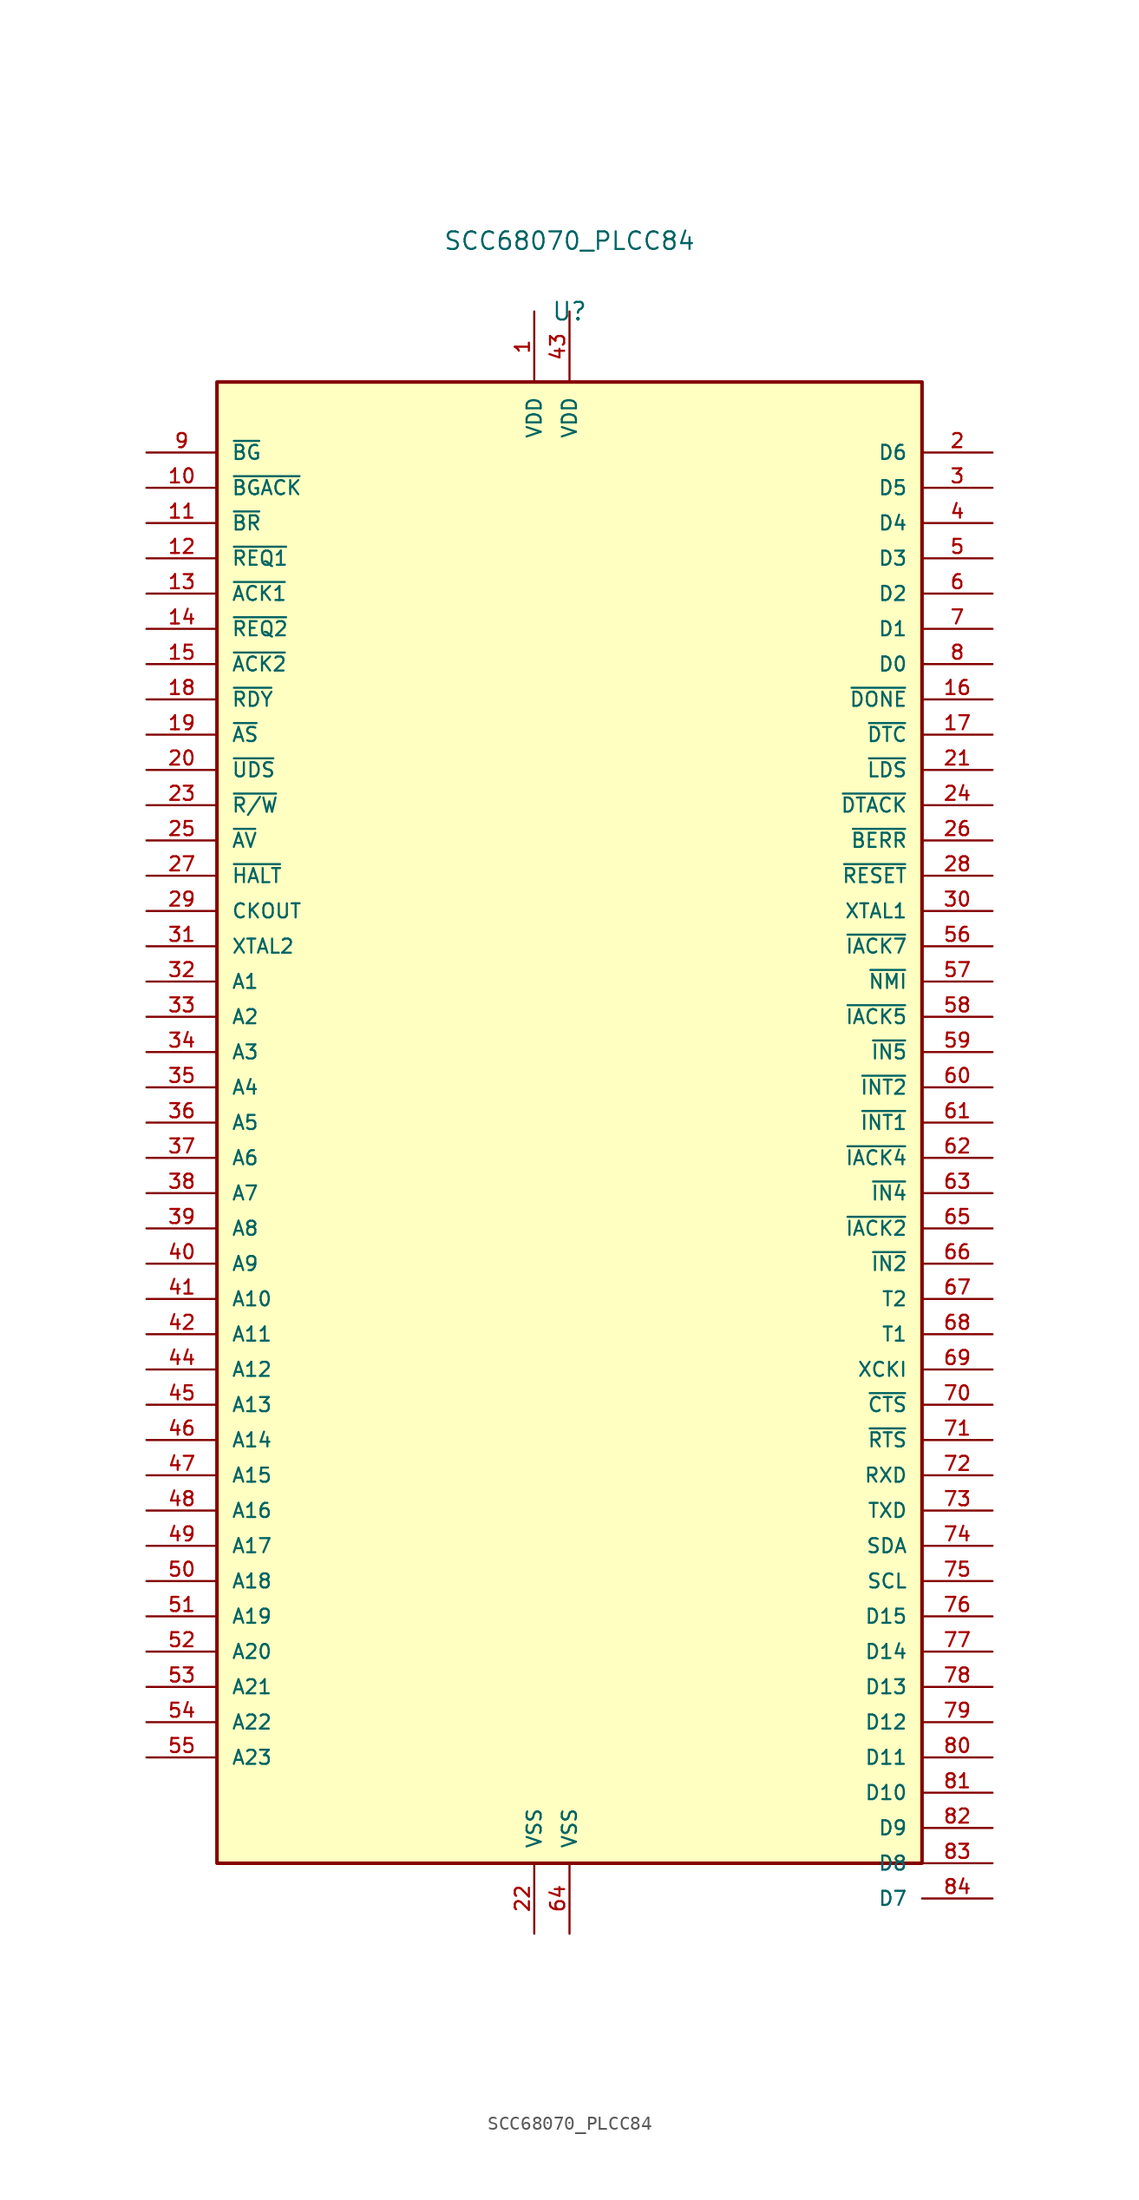
<source format=kicad_sym>
(kicad_symbol_lib
  (version 20211014)
  (generator kicad_symbol_generator)
  (symbol "SCC68070_PLCC84"
    (pin_names
      (offset 1.016))
    (property "Reference" "U"
      (at 0 58.42 0)
      (effects (font (size 1.27 1.27))))
    (property "Value" "SCC68070_PLCC84"
      (at 0 63.50 0)
      (effects (font (size 1.27 1.27))))
    (symbol "SCC68070_PLCC84_0_1"
      (rectangle (start -25.40 53.34) (end 25.40 -53.34) (stroke (width 0.254) (type default) (color 0 0 0 0)) (fill (type background))))
    (symbol "SCC68070_PLCC84_1_1"
      (pin output line (at -30.48 48.26 0) (length 5.08) (name "~{BG}" (effects (font (size 1.016 1.016)))) (number "9" (effects (font (size 1.016 1.016)))))
      (pin open_emitter line (at -30.48 45.72 0) (length 5.08) (name "~{BGACK}" (effects (font (size 1.016 1.016)))) (number "10" (effects (font (size 1.016 1.016)))))
      (pin input line (at -30.48 43.18 0) (length 5.08) (name "~{BR}" (effects (font (size 1.016 1.016)))) (number "11" (effects (font (size 1.016 1.016)))))
      (pin input line (at -30.48 40.64 0) (length 5.08) (name "~{REQ1}" (effects (font (size 1.016 1.016)))) (number "12" (effects (font (size 1.016 1.016)))))
      (pin output line (at -30.48 38.10 0) (length 5.08) (name "~{ACK1}" (effects (font (size 1.016 1.016)))) (number "13" (effects (font (size 1.016 1.016)))))
      (pin input line (at -30.48 35.56 0) (length 5.08) (name "~{REQ2}" (effects (font (size 1.016 1.016)))) (number "14" (effects (font (size 1.016 1.016)))))
      (pin output line (at -30.48 33.02 0) (length 5.08) (name "~{ACK2}" (effects (font (size 1.016 1.016)))) (number "15" (effects (font (size 1.016 1.016)))))
      (pin input line (at -30.48 30.48 0) (length 5.08) (name "~{RDY}" (effects (font (size 1.016 1.016)))) (number "18" (effects (font (size 1.016 1.016)))))
      (pin tri_state line (at -30.48 27.94 0) (length 5.08) (name "~{AS}" (effects (font (size 1.016 1.016)))) (number "19" (effects (font (size 1.016 1.016)))))
      (pin tri_state line (at -30.48 25.40 0) (length 5.08) (name "~{UDS}" (effects (font (size 1.016 1.016)))) (number "20" (effects (font (size 1.016 1.016)))))
      (pin tri_state line (at -30.48 22.86 0) (length 5.08) (name "~{R/W}" (effects (font (size 1.016 1.016)))) (number "23" (effects (font (size 1.016 1.016)))))
      (pin input line (at -30.48 20.32 0) (length 5.08) (name "~{AV}" (effects (font (size 1.016 1.016)))) (number "25" (effects (font (size 1.016 1.016)))))
      (pin open_emitter line (at -30.48 17.78 0) (length 5.08) (name "~{HALT}" (effects (font (size 1.016 1.016)))) (number "27" (effects (font (size 1.016 1.016)))))
      (pin output line (at -30.48 15.24 0) (length 5.08) (name "CKOUT" (effects (font (size 1.016 1.016)))) (number "29" (effects (font (size 1.016 1.016)))))
      (pin input line (at -30.48 12.70 0) (length 5.08) (name "XTAL2" (effects (font (size 1.016 1.016)))) (number "31" (effects (font (size 1.016 1.016)))))
      (pin tri_state line (at -30.48 10.16 0) (length 5.08) (name "A1" (effects (font (size 1.016 1.016)))) (number "32" (effects (font (size 1.016 1.016)))))
      (pin tri_state line (at -30.48 7.62 0) (length 5.08) (name "A2" (effects (font (size 1.016 1.016)))) (number "33" (effects (font (size 1.016 1.016)))))
      (pin tri_state line (at -30.48 5.08 0) (length 5.08) (name "A3" (effects (font (size 1.016 1.016)))) (number "34" (effects (font (size 1.016 1.016)))))
      (pin tri_state line (at -30.48 2.54 0) (length 5.08) (name "A4" (effects (font (size 1.016 1.016)))) (number "35" (effects (font (size 1.016 1.016)))))
      (pin tri_state line (at -30.48 0.00 0) (length 5.08) (name "A5" (effects (font (size 1.016 1.016)))) (number "36" (effects (font (size 1.016 1.016)))))
      (pin tri_state line (at -30.48 -2.54 0) (length 5.08) (name "A6" (effects (font (size 1.016 1.016)))) (number "37" (effects (font (size 1.016 1.016)))))
      (pin tri_state line (at -30.48 -5.08 0) (length 5.08) (name "A7" (effects (font (size 1.016 1.016)))) (number "38" (effects (font (size 1.016 1.016)))))
      (pin tri_state line (at -30.48 -7.62 0) (length 5.08) (name "A8" (effects (font (size 1.016 1.016)))) (number "39" (effects (font (size 1.016 1.016)))))
      (pin tri_state line (at -30.48 -10.16 0) (length 5.08) (name "A9" (effects (font (size 1.016 1.016)))) (number "40" (effects (font (size 1.016 1.016)))))
      (pin tri_state line (at -30.48 -12.70 0) (length 5.08) (name "A10" (effects (font (size 1.016 1.016)))) (number "41" (effects (font (size 1.016 1.016)))))
      (pin tri_state line (at -30.48 -15.24 0) (length 5.08) (name "A11" (effects (font (size 1.016 1.016)))) (number "42" (effects (font (size 1.016 1.016)))))
      (pin tri_state line (at -30.48 -17.78 0) (length 5.08) (name "A12" (effects (font (size 1.016 1.016)))) (number "44" (effects (font (size 1.016 1.016)))))
      (pin tri_state line (at -30.48 -20.32 0) (length 5.08) (name "A13" (effects (font (size 1.016 1.016)))) (number "45" (effects (font (size 1.016 1.016)))))
      (pin tri_state line (at -30.48 -22.86 0) (length 5.08) (name "A14" (effects (font (size 1.016 1.016)))) (number "46" (effects (font (size 1.016 1.016)))))
      (pin tri_state line (at -30.48 -25.40 0) (length 5.08) (name "A15" (effects (font (size 1.016 1.016)))) (number "47" (effects (font (size 1.016 1.016)))))
      (pin tri_state line (at -30.48 -27.94 0) (length 5.08) (name "A16" (effects (font (size 1.016 1.016)))) (number "48" (effects (font (size 1.016 1.016)))))
      (pin tri_state line (at -30.48 -30.48 0) (length 5.08) (name "A17" (effects (font (size 1.016 1.016)))) (number "49" (effects (font (size 1.016 1.016)))))
      (pin tri_state line (at -30.48 -33.02 0) (length 5.08) (name "A18" (effects (font (size 1.016 1.016)))) (number "50" (effects (font (size 1.016 1.016)))))
      (pin tri_state line (at -30.48 -35.56 0) (length 5.08) (name "A19" (effects (font (size 1.016 1.016)))) (number "51" (effects (font (size 1.016 1.016)))))
      (pin tri_state line (at -30.48 -38.10 0) (length 5.08) (name "A20" (effects (font (size 1.016 1.016)))) (number "52" (effects (font (size 1.016 1.016)))))
      (pin tri_state line (at -30.48 -40.64 0) (length 5.08) (name "A21" (effects (font (size 1.016 1.016)))) (number "53" (effects (font (size 1.016 1.016)))))
      (pin tri_state line (at -30.48 -43.18 0) (length 5.08) (name "A22" (effects (font (size 1.016 1.016)))) (number "54" (effects (font (size 1.016 1.016)))))
      (pin tri_state line (at -30.48 -45.72 0) (length 5.08) (name "A23" (effects (font (size 1.016 1.016)))) (number "55" (effects (font (size 1.016 1.016)))))
      (pin bidirectional line (at 30.48 48.26 180) (length 5.08) (name "D6" (effects (font (size 1.016 1.016)))) (number "2" (effects (font (size 1.016 1.016)))))
      (pin bidirectional line (at 30.48 45.72 180) (length 5.08) (name "D5" (effects (font (size 1.016 1.016)))) (number "3" (effects (font (size 1.016 1.016)))))
      (pin bidirectional line (at 30.48 43.18 180) (length 5.08) (name "D4" (effects (font (size 1.016 1.016)))) (number "4" (effects (font (size 1.016 1.016)))))
      (pin bidirectional line (at 30.48 40.64 180) (length 5.08) (name "D3" (effects (font (size 1.016 1.016)))) (number "5" (effects (font (size 1.016 1.016)))))
      (pin bidirectional line (at 30.48 38.10 180) (length 5.08) (name "D2" (effects (font (size 1.016 1.016)))) (number "6" (effects (font (size 1.016 1.016)))))
      (pin bidirectional line (at 30.48 35.56 180) (length 5.08) (name "D1" (effects (font (size 1.016 1.016)))) (number "7" (effects (font (size 1.016 1.016)))))
      (pin bidirectional line (at 30.48 33.02 180) (length 5.08) (name "D0" (effects (font (size 1.016 1.016)))) (number "8" (effects (font (size 1.016 1.016)))))
      (pin open_emitter line (at 30.48 30.48 180) (length 5.08) (name "~{DONE}" (effects (font (size 1.016 1.016)))) (number "16" (effects (font (size 1.016 1.016)))))
      (pin open_collector line (at 30.48 27.94 180) (length 5.08) (name "~{DTC}" (effects (font (size 1.016 1.016)))) (number "17" (effects (font (size 1.016 1.016)))))
      (pin tri_state line (at 30.48 25.40 180) (length 5.08) (name "~{LDS}" (effects (font (size 1.016 1.016)))) (number "21" (effects (font (size 1.016 1.016)))))
      (pin input line (at 30.48 22.86 180) (length 5.08) (name "~{DTACK}" (effects (font (size 1.016 1.016)))) (number "24" (effects (font (size 1.016 1.016)))))
      (pin open_emitter line (at 30.48 20.32 180) (length 5.08) (name "~{BERR}" (effects (font (size 1.016 1.016)))) (number "26" (effects (font (size 1.016 1.016)))))
      (pin open_emitter line (at 30.48 17.78 180) (length 5.08) (name "~{RESET}" (effects (font (size 1.016 1.016)))) (number "28" (effects (font (size 1.016 1.016)))))
      (pin input line (at 30.48 15.24 180) (length 5.08) (name "XTAL1" (effects (font (size 1.016 1.016)))) (number "30" (effects (font (size 1.016 1.016)))))
      (pin output line (at 30.48 12.70 180) (length 5.08) (name "~{IACK7}" (effects (font (size 1.016 1.016)))) (number "56" (effects (font (size 1.016 1.016)))))
      (pin input line (at 30.48 10.16 180) (length 5.08) (name "~{NMI}" (effects (font (size 1.016 1.016)))) (number "57" (effects (font (size 1.016 1.016)))))
      (pin output line (at 30.48 7.62 180) (length 5.08) (name "~{IACK5}" (effects (font (size 1.016 1.016)))) (number "58" (effects (font (size 1.016 1.016)))))
      (pin input line (at 30.48 5.08 180) (length 5.08) (name "~{IN5}" (effects (font (size 1.016 1.016)))) (number "59" (effects (font (size 1.016 1.016)))))
      (pin input line (at 30.48 2.54 180) (length 5.08) (name "~{INT2}" (effects (font (size 1.016 1.016)))) (number "60" (effects (font (size 1.016 1.016)))))
      (pin input line (at 30.48 0.00 180) (length 5.08) (name "~{INT1}" (effects (font (size 1.016 1.016)))) (number "61" (effects (font (size 1.016 1.016)))))
      (pin output line (at 30.48 -2.54 180) (length 5.08) (name "~{IACK4}" (effects (font (size 1.016 1.016)))) (number "62" (effects (font (size 1.016 1.016)))))
      (pin input line (at 30.48 -5.08 180) (length 5.08) (name "~{IN4}" (effects (font (size 1.016 1.016)))) (number "63" (effects (font (size 1.016 1.016)))))
      (pin output line (at 30.48 -7.62 180) (length 5.08) (name "~{IACK2}" (effects (font (size 1.016 1.016)))) (number "65" (effects (font (size 1.016 1.016)))))
      (pin input line (at 30.48 -10.16 180) (length 5.08) (name "~{IN2}" (effects (font (size 1.016 1.016)))) (number "66" (effects (font (size 1.016 1.016)))))
      (pin bidirectional line (at 30.48 -12.70 180) (length 5.08) (name "T2" (effects (font (size 1.016 1.016)))) (number "67" (effects (font (size 1.016 1.016)))))
      (pin bidirectional line (at 30.48 -15.24 180) (length 5.08) (name "T1" (effects (font (size 1.016 1.016)))) (number "68" (effects (font (size 1.016 1.016)))))
      (pin input line (at 30.48 -17.78 180) (length 5.08) (name "XCKI" (effects (font (size 1.016 1.016)))) (number "69" (effects (font (size 1.016 1.016)))))
      (pin input line (at 30.48 -20.32 180) (length 5.08) (name "~{CTS}" (effects (font (size 1.016 1.016)))) (number "70" (effects (font (size 1.016 1.016)))))
      (pin output line (at 30.48 -22.86 180) (length 5.08) (name "~{RTS}" (effects (font (size 1.016 1.016)))) (number "71" (effects (font (size 1.016 1.016)))))
      (pin input line (at 30.48 -25.40 180) (length 5.08) (name "RXD" (effects (font (size 1.016 1.016)))) (number "72" (effects (font (size 1.016 1.016)))))
      (pin output line (at 30.48 -27.94 180) (length 5.08) (name "TXD" (effects (font (size 1.016 1.016)))) (number "73" (effects (font (size 1.016 1.016)))))
      (pin open_emitter line (at 30.48 -30.48 180) (length 5.08) (name "SDA" (effects (font (size 1.016 1.016)))) (number "74" (effects (font (size 1.016 1.016)))))
      (pin open_emitter line (at 30.48 -33.02 180) (length 5.08) (name "SCL" (effects (font (size 1.016 1.016)))) (number "75" (effects (font (size 1.016 1.016)))))
      (pin bidirectional line (at 30.48 -35.56 180) (length 5.08) (name "D15" (effects (font (size 1.016 1.016)))) (number "76" (effects (font (size 1.016 1.016)))))
      (pin bidirectional line (at 30.48 -38.10 180) (length 5.08) (name "D14" (effects (font (size 1.016 1.016)))) (number "77" (effects (font (size 1.016 1.016)))))
      (pin bidirectional line (at 30.48 -40.64 180) (length 5.08) (name "D13" (effects (font (size 1.016 1.016)))) (number "78" (effects (font (size 1.016 1.016)))))
      (pin bidirectional line (at 30.48 -43.18 180) (length 5.08) (name "D12" (effects (font (size 1.016 1.016)))) (number "79" (effects (font (size 1.016 1.016)))))
      (pin bidirectional line (at 30.48 -45.72 180) (length 5.08) (name "D11" (effects (font (size 1.016 1.016)))) (number "80" (effects (font (size 1.016 1.016)))))
      (pin bidirectional line (at 30.48 -48.26 180) (length 5.08) (name "D10" (effects (font (size 1.016 1.016)))) (number "81" (effects (font (size 1.016 1.016)))))
      (pin bidirectional line (at 30.48 -50.80 180) (length 5.08) (name "D9" (effects (font (size 1.016 1.016)))) (number "82" (effects (font (size 1.016 1.016)))))
      (pin bidirectional line (at 30.48 -53.34 180) (length 5.08) (name "D8" (effects (font (size 1.016 1.016)))) (number "83" (effects (font (size 1.016 1.016)))))
      (pin bidirectional line (at 30.48 -55.88 180) (length 5.08) (name "D7" (effects (font (size 1.016 1.016)))) (number "84" (effects (font (size 1.016 1.016)))))
      (pin power_in line (at -2.54 58.42 270) (length 5.08) (name "VDD" (effects (font (size 1.016 1.016)))) (number "1" (effects (font (size 1.016 1.016)))))
      (pin power_in line (at 0.00 58.42 270) (length 5.08) (name "VDD" (effects (font (size 1.016 1.016)))) (number "43" (effects (font (size 1.016 1.016)))))
      (pin power_in line (at -2.54 -58.42 90) (length 5.08) (name "VSS" (effects (font (size 1.016 1.016)))) (number "22" (effects (font (size 1.016 1.016)))))
      (pin power_in line (at 0.00 -58.42 90) (length 5.08) (name "VSS" (effects (font (size 1.016 1.016)))) (number "64" (effects (font (size 1.016 1.016))))))))
</source>
